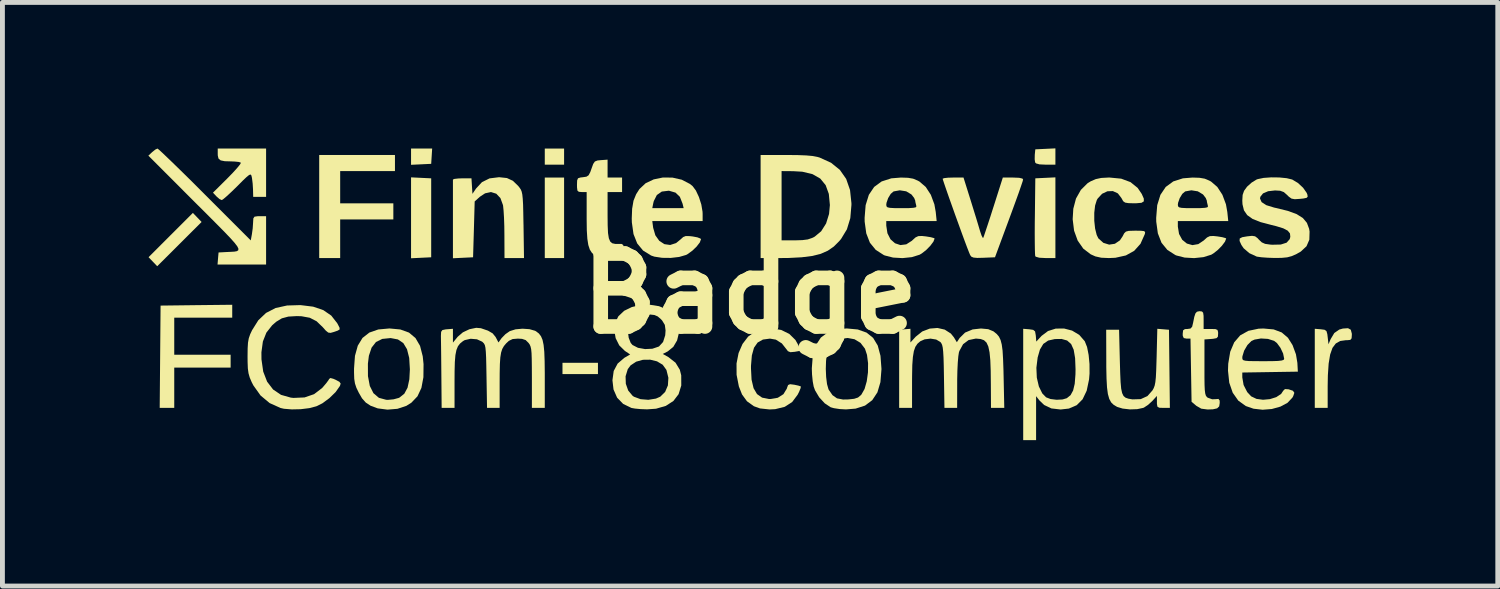
<source format=kicad_pcb>
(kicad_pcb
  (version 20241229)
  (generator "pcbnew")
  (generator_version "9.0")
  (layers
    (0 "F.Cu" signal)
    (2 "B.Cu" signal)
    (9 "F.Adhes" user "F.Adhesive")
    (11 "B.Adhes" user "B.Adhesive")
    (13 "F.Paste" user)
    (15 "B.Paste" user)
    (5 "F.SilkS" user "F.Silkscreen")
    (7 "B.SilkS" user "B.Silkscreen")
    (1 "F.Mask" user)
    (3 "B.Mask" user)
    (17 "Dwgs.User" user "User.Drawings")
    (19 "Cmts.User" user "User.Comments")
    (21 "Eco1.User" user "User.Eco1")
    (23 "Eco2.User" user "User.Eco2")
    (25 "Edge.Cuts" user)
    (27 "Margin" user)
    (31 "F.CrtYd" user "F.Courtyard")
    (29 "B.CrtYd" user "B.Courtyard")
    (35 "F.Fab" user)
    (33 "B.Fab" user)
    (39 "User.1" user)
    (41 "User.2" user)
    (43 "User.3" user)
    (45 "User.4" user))
  (footprint "Badge"
    (layer "F.Cu")
    (at 12.371 2.984)
    (property "Reference" "Badge" (at 0 0 0) (layer "F.SilkS") (effects (font (size 1.5 1.5) (thickness 0.3))))
    (attr board_only exclude_from_pos_files exclude_from_bom)
    (fp_poly (pts (xy -11.366 -1.564) (xy -11.277 -1.471) (xy -11.733 -1.016) (xy -12.189 -0.561) (xy -12.278 -0.654) (xy -12.367 -0.747) (xy -11.912 -1.202) (xy -11.456 -1.657)) (stroke (width 0) (type solid)) (fill yes) (layer "F.SilkS"))
    (fp_poly (pts (xy -6.764 -2.378) (xy -6.557 -2.368) (xy -6.557 -1.556) (xy -6.557 -0.745) (xy -6.764 -0.735) (xy -6.971 -0.725) (xy -6.971 -1.556) (xy -6.971 -2.388)) (stroke (width 0) (type solid)) (fill yes) (layer "F.SilkS"))
    (fp_poly (pts (xy -6.547 -2.823) (xy -6.557 -2.666) (xy -6.764 -2.656) (xy -6.971 -2.646) (xy -6.971 -2.813) (xy -6.971 -2.98) (xy -6.754 -2.98) (xy -6.537 -2.98)) (stroke (width 0) (type solid)) (fill yes) (layer "F.SilkS"))
    (fp_poly (pts (xy -3.825 -2.815) (xy -3.825 -2.649) (xy -4.024 -2.649) (xy -4.222 -2.649) (xy -4.222 -2.815) (xy -4.222 -2.98) (xy -4.024 -2.98) (xy -3.825 -2.98)) (stroke (width 0) (type solid)) (fill yes) (layer "F.SilkS"))
    (fp_poly (pts (xy -3.825 -1.556) (xy -3.825 -0.729) (xy -4.024 -0.729) (xy -4.222 -0.729) (xy -4.222 -1.556) (xy -4.222 -2.384) (xy -4.024 -2.384) (xy -3.825 -2.384)) (stroke (width 0) (type solid)) (fill yes) (layer "F.SilkS"))
    (fp_poly (pts (xy -3.129 1.54) (xy -3.129 1.656) (xy -3.494 1.656) (xy -3.858 1.656) (xy -3.858 1.54) (xy -3.858 1.424) (xy -3.494 1.424) (xy -3.129 1.424)) (stroke (width 0) (type solid)) (fill yes) (layer "F.SilkS"))
    (fp_poly (pts (xy 6.275 -2.816) (xy 6.275 -2.649) (xy 6.076 -2.649) (xy 5.948 -2.655) (xy 5.877 -2.675) (xy 5.858 -2.696) (xy 5.849 -2.76) (xy 5.851 -2.85) (xy 5.851 -2.853) (xy 5.862 -2.964) (xy 6.069 -2.974) (xy 6.275 -2.984)) (stroke (width 0) (type solid)) (fill yes) (layer "F.SilkS"))
    (fp_poly (pts (xy 6.275 -1.558) (xy 6.275 -0.729) (xy 6.076 -0.729) (xy 5.943 -0.736) (xy 5.871 -0.757) (xy 5.86 -0.771) (xy 5.856 -0.815) (xy 5.853 -0.915) (xy 5.851 -1.062) (xy 5.85 -1.245) (xy 5.851 -1.456) (xy 5.853 -1.59) (xy 5.862 -2.368) (xy 6.069 -2.378) (xy 6.275 -2.388)) (stroke (width 0) (type solid)) (fill yes) (layer "F.SilkS"))
    (fp_poly (pts (xy -10.647 0.364) (xy -10.647 0.497) (xy -11.243 0.497) (xy -11.839 0.497) (xy -11.839 0.878) (xy -11.839 1.258) (xy -11.259 1.258) (xy -10.68 1.258) (xy -10.68 1.391) (xy -10.68 1.523) (xy -11.259 1.523) (xy -11.839 1.523) (xy -11.839 1.937) (xy -11.839 2.351) (xy -11.988 2.351) (xy -12.138 2.351) (xy -12.129 1.3) (xy -12.12 0.248) (xy -11.384 0.239) (xy -10.647 0.231)) (stroke (width 0) (type solid)) (fill yes) (layer "F.SilkS"))
    (fp_poly (pts (xy -7.302 -2.682) (xy -7.302 -2.517) (xy -7.865 -2.517) (xy -8.428 -2.517) (xy -8.428 -2.186) (xy -8.428 -1.854) (xy -7.882 -1.854) (xy -7.335 -1.854) (xy -7.335 -1.689) (xy -7.335 -1.523) (xy -7.882 -1.523) (xy -8.428 -1.523) (xy -8.428 -1.126) (xy -8.428 -0.729) (xy -8.643 -0.729) (xy -8.859 -0.729) (xy -8.859 -1.788) (xy -8.859 -2.848) (xy -8.08 -2.848) (xy -7.302 -2.848)) (stroke (width 0) (type solid)) (fill yes) (layer "F.SilkS"))
    (fp_poly (pts (xy 12.347 0.744) (xy 12.368 0.822) (xy 12.369 0.848) (xy 12.364 0.921) (xy 12.338 0.953) (xy 12.27 0.96) (xy 12.241 0.96) (xy 12.128 0.976) (xy 12.039 1.027) (xy 11.971 1.117) (xy 11.923 1.254) (xy 11.892 1.441) (xy 11.876 1.683) (xy 11.872 1.906) (xy 11.872 2.351) (xy 11.74 2.351) (xy 11.607 2.351) (xy 11.607 1.538) (xy 11.607 0.725) (xy 11.731 0.735) (xy 11.808 0.745) (xy 11.847 0.772) (xy 11.865 0.835) (xy 11.872 0.894) (xy 11.889 1.043) (xy 11.933 0.938) (xy 12.008 0.812) (xy 12.11 0.741) (xy 12.185 0.72) (xy 12.29 0.713)) (stroke (width 0) (type solid)) (fill yes) (layer "F.SilkS"))
    (fp_poly (pts (xy -9.951 -2.484) (xy -9.951 -1.987) (xy -10.084 -1.987) (xy -10.216 -1.987) (xy -10.22 -2.144) (xy -10.227 -2.261) (xy -10.24 -2.366) (xy -10.245 -2.394) (xy -10.255 -2.431) (xy -10.271 -2.447) (xy -10.3 -2.437) (xy -10.351 -2.396) (xy -10.433 -2.318) (xy -10.547 -2.203) (xy -10.659 -2.094) (xy -10.756 -2.004) (xy -10.828 -1.943) (xy -10.864 -1.921) (xy -10.864 -1.921) (xy -10.91 -1.943) (xy -10.971 -1.996) (xy -10.971 -1.997) (xy -11.043 -2.073) (xy -10.747 -2.367) (xy -10.637 -2.48) (xy -10.548 -2.578) (xy -10.489 -2.65) (xy -10.468 -2.687) (xy -10.468 -2.688) (xy -10.508 -2.704) (xy -10.593 -2.713) (xy -10.663 -2.716) (xy -10.801 -2.72) (xy -10.885 -2.737) (xy -10.929 -2.774) (xy -10.944 -2.837) (xy -10.945 -2.868) (xy -10.945 -2.98) (xy -10.448 -2.98) (xy -9.951 -2.98)) (stroke (width 0) (type solid)) (fill yes) (layer "F.SilkS"))
    (fp_poly (pts (xy -12.155 -2.958) (xy -12.084 -2.893) (xy -11.977 -2.791) (xy -11.838 -2.657) (xy -11.673 -2.496) (xy -11.487 -2.313) (xy -11.286 -2.112) (xy -11.21 -2.036) (xy -10.266 -1.092) (xy -10.243 -1.217) (xy -10.226 -1.34) (xy -10.218 -1.464) (xy -10.218 -1.465) (xy -10.213 -1.545) (xy -10.189 -1.58) (xy -10.126 -1.589) (xy -10.084 -1.59) (xy -9.951 -1.59) (xy -9.951 -1.093) (xy -9.951 -0.596) (xy -10.45 -0.596) (xy -10.949 -0.596) (xy -10.939 -0.72) (xy -10.928 -0.844) (xy -10.763 -0.853) (xy -10.676 -0.857) (xy -10.605 -0.861) (xy -10.554 -0.87) (xy -10.524 -0.888) (xy -10.519 -0.919) (xy -10.542 -0.968) (xy -10.595 -1.038) (xy -10.681 -1.135) (xy -10.802 -1.262) (xy -10.961 -1.423) (xy -11.161 -1.624) (xy -11.404 -1.866) (xy -12.371 -2.834) (xy -12.293 -2.907) (xy -12.23 -2.958) (xy -12.185 -2.98) (xy -12.184 -2.98)) (stroke (width 0) (type solid)) (fill yes) (layer "F.SilkS"))
    (fp_poly (pts (xy 0.975 -2.846) (xy 1.152 -2.839) (xy 1.285 -2.827) (xy 1.384 -2.808) (xy 1.428 -2.795) (xy 1.663 -2.688) (xy 1.844 -2.542) (xy 1.974 -2.356) (xy 2.053 -2.128) (xy 2.082 -1.857) (xy 2.082 -1.821) (xy 2.059 -1.55) (xy 1.989 -1.32) (xy 1.869 -1.122) (xy 1.832 -1.078) (xy 1.72 -0.966) (xy 1.596 -0.88) (xy 1.451 -0.816) (xy 1.275 -0.772) (xy 1.059 -0.745) (xy 0.793 -0.731) (xy 0.604 -0.729) (xy 0.215 -0.729) (xy 0.215 -1.788) (xy 0.215 -1.805) (xy 0.646 -1.805) (xy 0.646 -1.093) (xy 0.919 -1.093) (xy 1.074 -1.098) (xy 1.184 -1.112) (xy 1.273 -1.142) (xy 1.325 -1.168) (xy 1.46 -1.28) (xy 1.561 -1.44) (xy 1.622 -1.636) (xy 1.639 -1.819) (xy 1.617 -2.048) (xy 1.552 -2.228) (xy 1.441 -2.363) (xy 1.282 -2.454) (xy 1.073 -2.504) (xy 0.886 -2.515) (xy 0.646 -2.517) (xy 0.646 -1.805) (xy 0.215 -1.805) (xy 0.215 -2.848) (xy 0.744 -2.848)) (stroke (width 0) (type solid)) (fill yes) (layer "F.SilkS"))
    (fp_poly (pts (xy -5.159 -2.391) (xy -5 -2.374) (xy -4.877 -2.317) (xy -4.767 -2.21) (xy -4.738 -2.173) (xy -4.714 -2.137) (xy -4.697 -2.095) (xy -4.684 -2.036) (xy -4.675 -1.95) (xy -4.668 -1.829) (xy -4.664 -1.662) (xy -4.66 -1.44) (xy -4.659 -1.405) (xy -4.649 -0.729) (xy -4.85 -0.729) (xy -5.05 -0.729) (xy -5.052 -1.2) (xy -5.054 -1.385) (xy -5.06 -1.559) (xy -5.069 -1.704) (xy -5.079 -1.805) (xy -5.082 -1.82) (xy -5.134 -1.962) (xy -5.219 -2.052) (xy -5.328 -2.086) (xy -5.449 -2.06) (xy -5.555 -1.99) (xy -5.663 -1.893) (xy -5.679 -1.319) (xy -5.696 -0.745) (xy -5.903 -0.735) (xy -6.11 -0.725) (xy -6.11 -1.522) (xy -6.11 -1.745) (xy -6.11 -1.947) (xy -6.11 -2.116) (xy -6.11 -2.245) (xy -6.11 -2.323) (xy -6.11 -2.343) (xy -6.08 -2.356) (xy -6.002 -2.365) (xy -5.919 -2.368) (xy -5.729 -2.368) (xy -5.719 -2.208) (xy -5.709 -2.049) (xy -5.636 -2.157) (xy -5.513 -2.29) (xy -5.357 -2.367) (xy -5.164 -2.391)) (stroke (width 0) (type solid)) (fill yes) (layer "F.SilkS"))
    (fp_poly (pts (xy 4.534 -1.912) (xy 4.59 -1.731) (xy 4.644 -1.557) (xy 4.689 -1.408) (xy 4.721 -1.3) (xy 4.728 -1.277) (xy 4.757 -1.192) (xy 4.781 -1.146) (xy 4.792 -1.145) (xy 4.807 -1.185) (xy 4.838 -1.278) (xy 4.883 -1.413) (xy 4.938 -1.58) (xy 4.998 -1.769) (xy 5.002 -1.78) (xy 5.194 -2.384) (xy 5.404 -2.384) (xy 5.53 -2.379) (xy 5.597 -2.363) (xy 5.611 -2.343) (xy 5.6 -2.302) (xy 5.568 -2.207) (xy 5.52 -2.068) (xy 5.457 -1.894) (xy 5.384 -1.694) (xy 5.321 -1.523) (xy 5.033 -0.745) (xy 4.795 -0.735) (xy 4.669 -0.732) (xy 4.592 -0.739) (xy 4.548 -0.757) (xy 4.522 -0.791) (xy 4.522 -0.792) (xy 4.502 -0.84) (xy 4.464 -0.937) (xy 4.412 -1.075) (xy 4.351 -1.241) (xy 4.284 -1.426) (xy 4.214 -1.619) (xy 4.146 -1.81) (xy 4.083 -1.987) (xy 4.029 -2.142) (xy 3.988 -2.262) (xy 3.963 -2.338) (xy 3.957 -2.36) (xy 3.988 -2.372) (xy 4.067 -2.381) (xy 4.171 -2.384) (xy 4.386 -2.384)) (stroke (width 0) (type solid)) (fill yes) (layer "F.SilkS"))
    (fp_poly (pts (xy 8.49 0.735) (xy 8.61 0.745) (xy 8.619 1.548) (xy 8.628 2.351) (xy 8.495 2.351) (xy 8.41 2.348) (xy 8.372 2.326) (xy 8.362 2.268) (xy 8.362 2.228) (xy 8.362 2.105) (xy 8.264 2.212) (xy 8.182 2.287) (xy 8.098 2.343) (xy 8.08 2.351) (xy 7.957 2.377) (xy 7.806 2.382) (xy 7.657 2.365) (xy 7.545 2.331) (xy 7.475 2.29) (xy 7.421 2.238) (xy 7.382 2.166) (xy 7.354 2.066) (xy 7.336 1.93) (xy 7.326 1.748) (xy 7.321 1.513) (xy 7.321 1.391) (xy 7.319 0.745) (xy 7.451 0.745) (xy 7.584 0.745) (xy 7.6 1.398) (xy 7.607 1.639) (xy 7.615 1.821) (xy 7.627 1.955) (xy 7.647 2.047) (xy 7.676 2.107) (xy 7.718 2.142) (xy 7.776 2.162) (xy 7.852 2.175) (xy 7.86 2.176) (xy 8.029 2.171) (xy 8.167 2.108) (xy 8.269 1.993) (xy 8.296 1.945) (xy 8.316 1.891) (xy 8.33 1.82) (xy 8.34 1.722) (xy 8.347 1.585) (xy 8.353 1.398) (xy 8.356 1.3) (xy 8.37 0.725)) (stroke (width 0) (type solid)) (fill yes) (layer "F.SilkS"))
    (fp_poly (pts (xy 9.288 0.369) (xy 9.312 0.395) (xy 9.321 0.458) (xy 9.322 0.546) (xy 9.322 0.729) (xy 9.471 0.729) (xy 9.563 0.731) (xy 9.606 0.748) (xy 9.619 0.79) (xy 9.62 0.826) (xy 9.615 0.888) (xy 9.586 0.918) (xy 9.515 0.931) (xy 9.479 0.934) (xy 9.339 0.944) (xy 9.339 1.518) (xy 9.339 1.727) (xy 9.341 1.879) (xy 9.346 1.985) (xy 9.355 2.055) (xy 9.368 2.099) (xy 9.388 2.126) (xy 9.405 2.141) (xy 9.497 2.174) (xy 9.562 2.172) (xy 9.627 2.167) (xy 9.651 2.198) (xy 9.653 2.249) (xy 9.642 2.32) (xy 9.599 2.361) (xy 9.513 2.38) (xy 9.404 2.384) (xy 9.273 2.367) (xy 9.17 2.307) (xy 9.167 2.304) (xy 9.074 2.225) (xy 9.063 1.576) (xy 9.052 0.927) (xy 8.972 0.927) (xy 8.914 0.916) (xy 8.893 0.869) (xy 8.892 0.828) (xy 8.9 0.757) (xy 8.938 0.731) (xy 8.987 0.729) (xy 9.052 0.72) (xy 9.086 0.683) (xy 9.105 0.604) (xy 9.13 0.48) (xy 9.154 0.408) (xy 9.185 0.374) (xy 9.232 0.364) (xy 9.242 0.364)) (stroke (width 0) (type solid)) (fill yes) (layer "F.SilkS"))
    (fp_poly (pts (xy -2.931 -2.568) (xy -2.931 -2.384) (xy -2.782 -2.384) (xy -2.633 -2.384) (xy -2.633 -2.235) (xy -2.633 -2.086) (xy -2.782 -2.086) (xy -2.931 -2.086) (xy -2.931 -1.612) (xy -2.929 -1.399) (xy -2.922 -1.243) (xy -2.905 -1.136) (xy -2.877 -1.069) (xy -2.835 -1.033) (xy -2.774 -1.02) (xy -2.72 -1.02) (xy -2.642 -1.019) (xy -2.608 -0.996) (xy -2.6 -0.932) (xy -2.6 -0.897) (xy -2.607 -0.809) (xy -2.637 -0.765) (xy -2.674 -0.749) (xy -2.794 -0.731) (xy -2.932 -0.729) (xy -3.064 -0.742) (xy -3.165 -0.768) (xy -3.192 -0.783) (xy -3.252 -0.835) (xy -3.296 -0.903) (xy -3.327 -0.997) (xy -3.347 -1.126) (xy -3.358 -1.299) (xy -3.361 -1.528) (xy -3.361 -1.572) (xy -3.361 -2.086) (xy -3.461 -2.086) (xy -3.522 -2.091) (xy -3.551 -2.116) (xy -3.559 -2.18) (xy -3.56 -2.233) (xy -3.557 -2.324) (xy -3.539 -2.369) (xy -3.49 -2.385) (xy -3.438 -2.391) (xy -3.365 -2.402) (xy -3.321 -2.431) (xy -3.287 -2.495) (xy -3.262 -2.566) (xy -3.227 -2.663) (xy -3.192 -2.714) (xy -3.139 -2.735) (xy -3.069 -2.742) (xy -2.931 -2.752)) (stroke (width 0) (type solid)) (fill yes) (layer "F.SilkS"))
    (fp_poly (pts (xy 0.639 0.749) (xy 0.804 0.83) (xy 0.93 0.954) (xy 0.979 1.04) (xy 1.04 1.176) (xy 0.918 1.198) (xy 0.827 1.206) (xy 0.776 1.185) (xy 0.762 1.166) (xy 0.652 1.026) (xy 0.528 0.948) (xy 0.407 0.927) (xy 0.263 0.946) (xy 0.154 1.007) (xy 0.079 1.114) (xy 0.035 1.272) (xy 0.017 1.487) (xy 0.017 1.54) (xy 0.029 1.771) (xy 0.07 1.946) (xy 0.141 2.067) (xy 0.245 2.14) (xy 0.384 2.168) (xy 0.415 2.169) (xy 0.568 2.143) (xy 0.684 2.069) (xy 0.754 1.954) (xy 0.76 1.933) (xy 0.78 1.881) (xy 0.82 1.864) (xy 0.9 1.874) (xy 0.903 1.874) (xy 0.987 1.892) (xy 1.038 1.908) (xy 1.042 1.911) (xy 1.037 1.945) (xy 1.007 2.019) (xy 0.976 2.08) (xy 0.864 2.23) (xy 0.711 2.329) (xy 0.516 2.377) (xy 0.399 2.383) (xy 0.202 2.362) (xy 0.077 2.317) (xy -0.065 2.215) (xy -0.167 2.075) (xy -0.232 1.91) (xy -0.279 1.67) (xy -0.28 1.438) (xy -0.238 1.224) (xy -0.157 1.037) (xy -0.041 0.885) (xy 0.107 0.779) (xy 0.232 0.735) (xy 0.445 0.716)) (stroke (width 0) (type solid)) (fill yes) (layer "F.SilkS"))
    (fp_poly (pts (xy -7.191 0.739) (xy -7.014 0.803) (xy -6.88 0.915) (xy -6.786 1.076) (xy -6.731 1.29) (xy -6.714 1.452) (xy -6.717 1.721) (xy -6.758 1.94) (xy -6.839 2.113) (xy -6.964 2.244) (xy -7.069 2.31) (xy -7.251 2.37) (xy -7.456 2.387) (xy -7.656 2.361) (xy -7.802 2.307) (xy -7.901 2.242) (xy -7.979 2.154) (xy -8.046 2.038) (xy -8.095 1.937) (xy -8.124 1.849) (xy -8.139 1.753) (xy -8.143 1.625) (xy -8.143 1.544) (xy -8.136 1.443) (xy -7.858 1.443) (xy -7.857 1.698) (xy -7.819 1.9) (xy -7.744 2.049) (xy -7.632 2.144) (xy -7.484 2.184) (xy -7.447 2.186) (xy -7.331 2.175) (xy -7.227 2.147) (xy -7.206 2.137) (xy -7.109 2.059) (xy -7.043 1.936) (xy -7.006 1.763) (xy -6.995 1.559) (xy -7.009 1.324) (xy -7.054 1.145) (xy -7.13 1.019) (xy -7.241 0.944) (xy -7.389 0.916) (xy -7.394 0.916) (xy -7.563 0.933) (xy -7.692 0.997) (xy -7.782 1.112) (xy -7.838 1.28) (xy -7.858 1.443) (xy -8.136 1.443) (xy -8.124 1.281) (xy -8.066 1.072) (xy -7.969 0.913) (xy -7.829 0.803) (xy -7.645 0.739) (xy -7.415 0.718)) (stroke (width 0) (type solid)) (fill yes) (layer "F.SilkS"))
    (fp_poly (pts (xy 2.212 0.739) (xy 2.392 0.803) (xy 2.528 0.912) (xy 2.623 1.07) (xy 2.679 1.28) (xy 2.699 1.543) (xy 2.699 1.561) (xy 2.678 1.822) (xy 2.616 2.032) (xy 2.51 2.192) (xy 2.361 2.304) (xy 2.168 2.366) (xy 1.97 2.382) (xy 1.84 2.375) (xy 1.722 2.357) (xy 1.655 2.338) (xy 1.533 2.257) (xy 1.419 2.133) (xy 1.334 1.99) (xy 1.306 1.913) (xy 1.286 1.805) (xy 1.272 1.663) (xy 1.268 1.55) (xy 1.555 1.55) (xy 1.562 1.715) (xy 1.58 1.861) (xy 1.61 1.967) (xy 1.615 1.977) (xy 1.693 2.09) (xy 1.785 2.155) (xy 1.909 2.179) (xy 2.017 2.177) (xy 2.138 2.164) (xy 2.217 2.138) (xy 2.275 2.09) (xy 2.287 2.077) (xy 2.352 1.962) (xy 2.397 1.804) (xy 2.422 1.621) (xy 2.424 1.433) (xy 2.402 1.261) (xy 2.36 1.134) (xy 2.268 1.014) (xy 2.145 0.94) (xy 2.004 0.914) (xy 1.861 0.933) (xy 1.73 0.999) (xy 1.626 1.111) (xy 1.606 1.145) (xy 1.577 1.243) (xy 1.56 1.385) (xy 1.555 1.55) (xy 1.268 1.55) (xy 1.268 1.535) (xy 1.288 1.274) (xy 1.349 1.065) (xy 1.453 0.906) (xy 1.6 0.796) (xy 1.792 0.734) (xy 1.987 0.718)) (stroke (width 0) (type solid)) (fill yes) (layer "F.SilkS"))
    (fp_poly (pts (xy 6.618 0.762) (xy 6.765 0.85) (xy 6.878 0.98) (xy 6.88 0.984) (xy 6.926 1.1) (xy 6.958 1.262) (xy 6.976 1.45) (xy 6.977 1.644) (xy 6.967 1.766) (xy 6.918 1.998) (xy 6.834 2.174) (xy 6.712 2.296) (xy 6.552 2.365) (xy 6.382 2.384) (xy 6.192 2.362) (xy 6.043 2.291) (xy 5.947 2.198) (xy 5.878 2.11) (xy 5.878 2.562) (xy 5.878 3.014) (xy 5.746 3.014) (xy 5.613 3.014) (xy 5.613 1.869) (xy 5.613 1.527) (xy 5.884 1.527) (xy 5.893 1.73) (xy 5.935 1.91) (xy 6.005 2.053) (xy 6.084 2.134) (xy 6.175 2.169) (xy 6.298 2.184) (xy 6.421 2.178) (xy 6.509 2.152) (xy 6.586 2.09) (xy 6.639 1.994) (xy 6.672 1.856) (xy 6.687 1.666) (xy 6.689 1.556) (xy 6.68 1.327) (xy 6.651 1.156) (xy 6.598 1.038) (xy 6.516 0.966) (xy 6.402 0.934) (xy 6.264 0.936) (xy 6.126 0.967) (xy 6.026 1.036) (xy 5.957 1.152) (xy 5.91 1.315) (xy 5.884 1.527) (xy 5.613 1.527) (xy 5.613 0.725) (xy 5.737 0.735) (xy 5.819 0.747) (xy 5.857 0.779) (xy 5.87 0.852) (xy 5.872 0.867) (xy 5.882 0.988) (xy 5.99 0.871) (xy 6.123 0.771) (xy 6.282 0.721) (xy 6.452 0.719)) (stroke (width 0) (type solid)) (fill yes) (layer "F.SilkS"))
    (fp_poly (pts (xy 7.628 -2.361) (xy 7.819 -2.29) (xy 7.966 -2.171) (xy 8.05 -2.047) (xy 8.092 -1.952) (xy 8.093 -1.895) (xy 8.045 -1.865) (xy 7.941 -1.856) (xy 7.89 -1.855) (xy 7.776 -1.858) (xy 7.709 -1.869) (xy 7.669 -1.897) (xy 7.639 -1.95) (xy 7.633 -1.962) (xy 7.558 -2.059) (xy 7.456 -2.106) (xy 7.344 -2.102) (xy 7.234 -2.05) (xy 7.143 -1.951) (xy 7.126 -1.921) (xy 7.091 -1.809) (xy 7.074 -1.66) (xy 7.074 -1.495) (xy 7.091 -1.336) (xy 7.124 -1.204) (xy 7.158 -1.134) (xy 7.261 -1.042) (xy 7.38 -1.005) (xy 7.498 -1.023) (xy 7.601 -1.093) (xy 7.656 -1.175) (xy 7.689 -1.238) (xy 7.725 -1.273) (xy 7.782 -1.288) (xy 7.879 -1.291) (xy 7.923 -1.292) (xy 8.037 -1.29) (xy 8.098 -1.283) (xy 8.119 -1.264) (xy 8.115 -1.228) (xy 8.111 -1.217) (xy 8.024 -1.022) (xy 7.895 -0.878) (xy 7.724 -0.783) (xy 7.508 -0.735) (xy 7.375 -0.729) (xy 7.218 -0.736) (xy 7.097 -0.763) (xy 7.001 -0.806) (xy 6.848 -0.923) (xy 6.733 -1.088) (xy 6.659 -1.292) (xy 6.63 -1.527) (xy 6.643 -1.743) (xy 6.698 -1.952) (xy 6.799 -2.131) (xy 6.937 -2.268) (xy 7.001 -2.307) (xy 7.105 -2.352) (xy 7.217 -2.376) (xy 7.364 -2.384) (xy 7.392 -2.384)) (stroke (width 0) (type solid)) (fill yes) (layer "F.SilkS"))
    (fp_poly (pts (xy -1.597 -2.383) (xy -1.407 -2.34) (xy -1.239 -2.253) (xy -1.184 -2.209) (xy -1.116 -2.118) (xy -1.053 -1.983) (xy -1.004 -1.83) (xy -0.979 -1.682) (xy -0.977 -1.638) (xy -0.977 -1.49) (xy -1.495 -1.49) (xy -2.012 -1.49) (xy -1.994 -1.352) (xy -1.949 -1.197) (xy -1.868 -1.083) (xy -1.763 -1.015) (xy -1.644 -0.998) (xy -1.523 -1.037) (xy -1.431 -1.112) (xy -1.377 -1.161) (xy -1.323 -1.182) (xy -1.241 -1.18) (xy -1.181 -1.173) (xy -1.085 -1.155) (xy -1.023 -1.131) (xy -1.01 -1.117) (xy -1.035 -1.05) (xy -1.1 -0.966) (xy -1.188 -0.881) (xy -1.283 -0.812) (xy -1.321 -0.792) (xy -1.459 -0.752) (xy -1.631 -0.732) (xy -1.809 -0.734) (xy -1.968 -0.758) (xy -2.036 -0.781) (xy -2.202 -0.884) (xy -2.322 -1.03) (xy -2.398 -1.222) (xy -2.432 -1.463) (xy -2.434 -1.543) (xy -2.426 -1.748) (xy -2.424 -1.755) (xy -2.012 -1.755) (xy -1.689 -1.755) (xy -1.367 -1.755) (xy -1.389 -1.846) (xy -1.445 -1.988) (xy -1.534 -2.074) (xy -1.664 -2.112) (xy -1.677 -2.113) (xy -1.816 -2.096) (xy -1.918 -2.025) (xy -1.981 -1.9) (xy -1.991 -1.861) (xy -2.012 -1.755) (xy -2.424 -1.755) (xy -2.398 -1.908) (xy -2.344 -2.041) (xy -2.276 -2.148) (xy -2.149 -2.267) (xy -1.983 -2.346) (xy -1.794 -2.385)) (stroke (width 0) (type solid)) (fill yes) (layer "F.SilkS"))
    (fp_poly (pts (xy 10.762 0.738) (xy 10.927 0.8) (xy 11.055 0.909) (xy 11.15 1.06) (xy 11.22 1.25) (xy 11.249 1.424) (xy 11.259 1.606) (xy 10.688 1.615) (xy 10.117 1.624) (xy 10.117 1.724) (xy 10.144 1.881) (xy 10.218 2.026) (xy 10.3 2.114) (xy 10.409 2.166) (xy 10.543 2.184) (xy 10.685 2.171) (xy 10.815 2.13) (xy 10.915 2.064) (xy 10.958 1.999) (xy 10.994 1.964) (xy 11.068 1.969) (xy 11.069 1.969) (xy 11.158 1.999) (xy 11.187 2.041) (xy 11.164 2.109) (xy 11.146 2.141) (xy 11.046 2.247) (xy 10.9 2.325) (xy 10.724 2.374) (xy 10.535 2.389) (xy 10.348 2.368) (xy 10.189 2.313) (xy 10.034 2.201) (xy 9.92 2.039) (xy 9.849 1.833) (xy 9.823 1.586) (xy 9.828 1.442) (xy 9.848 1.321) (xy 10.117 1.321) (xy 10.12 1.35) (xy 10.136 1.369) (xy 10.176 1.381) (xy 10.25 1.388) (xy 10.369 1.39) (xy 10.544 1.391) (xy 10.547 1.391) (xy 10.727 1.39) (xy 10.85 1.386) (xy 10.927 1.377) (xy 10.966 1.364) (xy 10.978 1.344) (xy 10.978 1.342) (xy 10.956 1.233) (xy 10.901 1.116) (xy 10.828 1.017) (xy 10.771 0.973) (xy 10.645 0.933) (xy 10.501 0.924) (xy 10.369 0.947) (xy 10.305 0.976) (xy 10.223 1.058) (xy 10.155 1.174) (xy 10.119 1.292) (xy 10.117 1.321) (xy 9.848 1.321) (xy 9.869 1.196) (xy 9.951 1.003) (xy 10.074 0.86) (xy 10.241 0.767) (xy 10.451 0.723) (xy 10.551 0.719)) (stroke (width 0) (type solid)) (fill yes) (layer "F.SilkS"))
    (fp_poly (pts (xy -8.984 0.27) (xy -8.775 0.341) (xy -8.611 0.454) (xy -8.489 0.61) (xy -8.472 0.641) (xy -8.44 0.705) (xy -8.44 0.74) (xy -8.482 0.764) (xy -8.557 0.79) (xy -8.625 0.809) (xy -8.673 0.803) (xy -8.723 0.763) (xy -8.787 0.691) (xy -8.913 0.57) (xy -9.053 0.498) (xy -9.223 0.467) (xy -9.319 0.464) (xy -9.493 0.474) (xy -9.627 0.51) (xy -9.744 0.581) (xy -9.827 0.654) (xy -9.945 0.804) (xy -10.017 0.986) (xy -10.047 1.208) (xy -10.046 1.353) (xy -10.01 1.605) (xy -9.93 1.812) (xy -9.807 1.973) (xy -9.644 2.083) (xy -9.443 2.14) (xy -9.387 2.146) (xy -9.16 2.136) (xy -8.965 2.069) (xy -8.801 1.944) (xy -8.782 1.923) (xy -8.714 1.843) (xy -8.667 1.779) (xy -8.655 1.757) (xy -8.629 1.737) (xy -8.568 1.753) (xy -8.52 1.774) (xy -8.444 1.815) (xy -8.418 1.851) (xy -8.432 1.897) (xy -8.434 1.901) (xy -8.521 2.025) (xy -8.649 2.15) (xy -8.794 2.257) (xy -8.917 2.318) (xy -9.062 2.356) (xy -9.24 2.378) (xy -9.423 2.382) (xy -9.584 2.369) (xy -9.654 2.353) (xy -9.878 2.252) (xy -10.065 2.096) (xy -10.213 1.888) (xy -10.247 1.822) (xy -10.287 1.728) (xy -10.312 1.641) (xy -10.326 1.541) (xy -10.331 1.407) (xy -10.332 1.292) (xy -10.33 1.128) (xy -10.323 1.011) (xy -10.307 0.921) (xy -10.278 0.837) (xy -10.239 0.754) (xy -10.111 0.55) (xy -9.952 0.399) (xy -9.756 0.298) (xy -9.519 0.246) (xy -9.244 0.238)) (stroke (width 0) (type solid)) (fill yes) (layer "F.SilkS"))
    (fp_poly (pts (xy 3.245 -2.379) (xy 3.35 -2.361) (xy 3.443 -2.322) (xy 3.48 -2.302) (xy 3.609 -2.191) (xy 3.714 -2.03) (xy 3.787 -1.834) (xy 3.815 -1.676) (xy 3.834 -1.49) (xy 3.316 -1.49) (xy 2.798 -1.49) (xy 2.798 -1.396) (xy 2.822 -1.239) (xy 2.885 -1.115) (xy 2.978 -1.033) (xy 3.089 -0.996) (xy 3.209 -1.011) (xy 3.325 -1.085) (xy 3.335 -1.095) (xy 3.399 -1.153) (xy 3.456 -1.18) (xy 3.531 -1.183) (xy 3.614 -1.174) (xy 3.712 -1.158) (xy 3.777 -1.14) (xy 3.792 -1.13) (xy 3.767 -1.066) (xy 3.704 -0.982) (xy 3.619 -0.895) (xy 3.528 -0.824) (xy 3.484 -0.798) (xy 3.324 -0.748) (xy 3.132 -0.728) (xy 2.938 -0.739) (xy 2.769 -0.782) (xy 2.747 -0.791) (xy 2.582 -0.897) (xy 2.462 -1.044) (xy 2.387 -1.237) (xy 2.354 -1.477) (xy 2.353 -1.556) (xy 2.374 -1.817) (xy 2.376 -1.823) (xy 2.798 -1.823) (xy 2.803 -1.792) (xy 2.824 -1.772) (xy 2.874 -1.761) (xy 2.966 -1.756) (xy 3.111 -1.755) (xy 3.116 -1.755) (xy 3.264 -1.756) (xy 3.356 -1.762) (xy 3.404 -1.772) (xy 3.418 -1.791) (xy 3.414 -1.808) (xy 3.396 -1.883) (xy 3.394 -1.908) (xy 3.372 -1.963) (xy 3.319 -2.032) (xy 3.313 -2.038) (xy 3.208 -2.101) (xy 3.076 -2.122) (xy 2.949 -2.099) (xy 2.89 -2.049) (xy 2.837 -1.962) (xy 2.803 -1.865) (xy 2.798 -1.823) (xy 2.376 -1.823) (xy 2.44 -2.029) (xy 2.549 -2.191) (xy 2.703 -2.304) (xy 2.902 -2.368) (xy 3.1 -2.384)) (stroke (width 0) (type solid)) (fill yes) (layer "F.SilkS"))
    (fp_poly (pts (xy 9.239 -2.379) (xy 9.344 -2.361) (xy 9.437 -2.322) (xy 9.474 -2.302) (xy 9.603 -2.191) (xy 9.708 -2.03) (xy 9.781 -1.834) (xy 9.809 -1.676) (xy 9.828 -1.49) (xy 9.31 -1.49) (xy 8.792 -1.49) (xy 8.792 -1.376) (xy 8.817 -1.224) (xy 8.882 -1.105) (xy 8.978 -1.027) (xy 9.092 -0.995) (xy 9.213 -1.016) (xy 9.329 -1.094) (xy 9.329 -1.095) (xy 9.393 -1.153) (xy 9.45 -1.18) (xy 9.525 -1.183) (xy 9.608 -1.174) (xy 9.706 -1.158) (xy 9.771 -1.14) (xy 9.786 -1.13) (xy 9.761 -1.066) (xy 9.698 -0.982) (xy 9.613 -0.895) (xy 9.522 -0.824) (xy 9.479 -0.798) (xy 9.318 -0.748) (xy 9.126 -0.728) (xy 8.932 -0.739) (xy 8.763 -0.782) (xy 8.741 -0.791) (xy 8.576 -0.897) (xy 8.456 -1.044) (xy 8.381 -1.237) (xy 8.348 -1.477) (xy 8.347 -1.556) (xy 8.368 -1.817) (xy 8.37 -1.823) (xy 8.792 -1.823) (xy 8.797 -1.792) (xy 8.818 -1.772) (xy 8.868 -1.761) (xy 8.96 -1.756) (xy 9.105 -1.755) (xy 9.11 -1.755) (xy 9.258 -1.756) (xy 9.35 -1.762) (xy 9.398 -1.772) (xy 9.412 -1.791) (xy 9.408 -1.808) (xy 9.39 -1.883) (xy 9.388 -1.908) (xy 9.366 -1.963) (xy 9.313 -2.032) (xy 9.307 -2.038) (xy 9.202 -2.101) (xy 9.07 -2.122) (xy 8.943 -2.099) (xy 8.884 -2.049) (xy 8.831 -1.962) (xy 8.797 -1.865) (xy 8.792 -1.823) (xy 8.37 -1.823) (xy 8.434 -2.029) (xy 8.543 -2.191) (xy 8.697 -2.304) (xy 8.896 -2.368) (xy 9.094 -2.384)) (stroke (width 0) (type solid)) (fill yes) (layer "F.SilkS"))
    (fp_poly (pts (xy 4 0.742) (xy 4.126 0.823) (xy 4.188 0.9) (xy 4.249 1.001) (xy 4.307 0.913) (xy 4.418 0.803) (xy 4.574 0.738) (xy 4.745 0.719) (xy 4.894 0.733) (xy 5 0.777) (xy 5.011 0.785) (xy 5.07 0.833) (xy 5.115 0.887) (xy 5.148 0.956) (xy 5.172 1.048) (xy 5.189 1.174) (xy 5.199 1.343) (xy 5.207 1.564) (xy 5.21 1.697) (xy 5.224 2.351) (xy 5.087 2.351) (xy 4.951 2.351) (xy 4.948 1.863) (xy 4.945 1.588) (xy 4.937 1.372) (xy 4.921 1.208) (xy 4.896 1.09) (xy 4.859 1.009) (xy 4.807 0.96) (xy 4.738 0.935) (xy 4.651 0.927) (xy 4.635 0.927) (xy 4.49 0.957) (xy 4.377 1.042) (xy 4.301 1.181) (xy 4.291 1.213) (xy 4.279 1.291) (xy 4.268 1.421) (xy 4.26 1.585) (xy 4.256 1.769) (xy 4.256 1.846) (xy 4.255 2.351) (xy 4.125 2.351) (xy 3.994 2.351) (xy 3.984 1.709) (xy 3.98 1.484) (xy 3.975 1.316) (xy 3.968 1.196) (xy 3.959 1.112) (xy 3.946 1.056) (xy 3.928 1.019) (xy 3.911 0.997) (xy 3.825 0.946) (xy 3.708 0.927) (xy 3.586 0.942) (xy 3.498 0.981) (xy 3.439 1.032) (xy 3.396 1.096) (xy 3.365 1.185) (xy 3.345 1.307) (xy 3.333 1.472) (xy 3.329 1.689) (xy 3.328 1.804) (xy 3.328 2.351) (xy 3.196 2.351) (xy 3.063 2.351) (xy 3.063 1.573) (xy 3.063 1.352) (xy 3.063 1.154) (xy 3.063 0.987) (xy 3.063 0.861) (xy 3.063 0.786) (xy 3.063 0.77) (xy 3.091 0.751) (xy 3.163 0.736) (xy 3.178 0.735) (xy 3.295 0.725) (xy 3.295 0.865) (xy 3.295 1.006) (xy 3.404 0.887) (xy 3.538 0.78) (xy 3.692 0.721) (xy 3.851 0.708)) (stroke (width 0) (type solid)) (fill yes) (layer "F.SilkS"))
    (fp_poly (pts (xy 10.877 -2.386) (xy 11.029 -2.371) (xy 11.141 -2.344) (xy 11.147 -2.341) (xy 11.262 -2.272) (xy 11.367 -2.174) (xy 11.44 -2.07) (xy 11.455 -2.033) (xy 11.461 -1.991) (xy 11.439 -1.967) (xy 11.372 -1.953) (xy 11.303 -1.946) (xy 11.196 -1.939) (xy 11.129 -1.951) (xy 11.074 -1.99) (xy 11.04 -2.024) (xy 10.971 -2.085) (xy 10.895 -2.113) (xy 10.79 -2.119) (xy 10.648 -2.103) (xy 10.543 -2.058) (xy 10.488 -1.989) (xy 10.481 -1.953) (xy 10.514 -1.879) (xy 10.611 -1.816) (xy 10.774 -1.766) (xy 10.812 -1.758) (xy 11.052 -1.699) (xy 11.233 -1.633) (xy 11.362 -1.552) (xy 11.445 -1.453) (xy 11.491 -1.33) (xy 11.5 -1.273) (xy 11.495 -1.106) (xy 11.437 -0.972) (xy 11.32 -0.863) (xy 11.231 -0.812) (xy 11.134 -0.769) (xy 11.04 -0.744) (xy 10.927 -0.733) (xy 10.781 -0.731) (xy 10.639 -0.736) (xy 10.514 -0.745) (xy 10.427 -0.757) (xy 10.412 -0.76) (xy 10.263 -0.829) (xy 10.145 -0.93) (xy 10.099 -0.997) (xy 10.061 -1.081) (xy 10.064 -1.131) (xy 10.116 -1.158) (xy 10.215 -1.175) (xy 10.317 -1.186) (xy 10.38 -1.176) (xy 10.43 -1.139) (xy 10.459 -1.107) (xy 10.517 -1.052) (xy 10.586 -1.021) (xy 10.69 -1.006) (xy 10.733 -1.003) (xy 10.908 -1.007) (xy 11.027 -1.045) (xy 11.092 -1.118) (xy 11.104 -1.166) (xy 11.097 -1.235) (xy 11.051 -1.292) (xy 10.96 -1.34) (xy 10.814 -1.385) (xy 10.713 -1.41) (xy 10.492 -1.468) (xy 10.329 -1.533) (xy 10.218 -1.612) (xy 10.151 -1.71) (xy 10.121 -1.834) (xy 10.117 -1.91) (xy 10.124 -2.027) (xy 10.153 -2.111) (xy 10.214 -2.195) (xy 10.218 -2.199) (xy 10.308 -2.28) (xy 10.408 -2.342) (xy 10.435 -2.352) (xy 10.556 -2.377) (xy 10.711 -2.388)) (stroke (width 0) (type solid)) (fill yes) (layer "F.SilkS"))
    (fp_poly (pts (xy -5.536 0.713) (xy -5.39 0.763) (xy -5.294 0.819) (xy -5.234 0.892) (xy -5.227 0.905) (xy -5.174 1.006) (xy -5.109 0.916) (xy -5.03 0.835) (xy -4.941 0.773) (xy -4.823 0.736) (xy -4.68 0.723) (xy -4.536 0.733) (xy -4.421 0.766) (xy -4.4 0.778) (xy -4.343 0.822) (xy -4.3 0.878) (xy -4.268 0.953) (xy -4.246 1.058) (xy -4.232 1.199) (xy -4.225 1.387) (xy -4.222 1.63) (xy -4.222 1.704) (xy -4.222 2.351) (xy -4.355 2.351) (xy -4.487 2.351) (xy -4.487 1.726) (xy -4.488 1.507) (xy -4.49 1.343) (xy -4.494 1.225) (xy -4.502 1.144) (xy -4.515 1.088) (xy -4.533 1.047) (xy -4.556 1.015) (xy -4.615 0.957) (xy -4.69 0.932) (xy -4.774 0.927) (xy -4.883 0.936) (xy -4.96 0.973) (xy -5.016 1.025) (xy -5.062 1.08) (xy -5.096 1.14) (xy -5.12 1.214) (xy -5.136 1.314) (xy -5.145 1.451) (xy -5.149 1.633) (xy -5.15 1.842) (xy -5.15 2.351) (xy -5.279 2.351) (xy -5.409 2.351) (xy -5.42 1.702) (xy -5.424 1.48) (xy -5.428 1.314) (xy -5.434 1.195) (xy -5.442 1.114) (xy -5.454 1.061) (xy -5.472 1.027) (xy -5.495 1.003) (xy -5.509 0.99) (xy -5.616 0.941) (xy -5.746 0.93) (xy -5.868 0.958) (xy -5.904 0.979) (xy -5.963 1.027) (xy -6.007 1.084) (xy -6.038 1.16) (xy -6.059 1.265) (xy -6.071 1.409) (xy -6.076 1.601) (xy -6.077 1.787) (xy -6.077 2.351) (xy -6.209 2.351) (xy -6.342 2.351) (xy -6.348 1.672) (xy -6.35 1.458) (xy -6.352 1.259) (xy -6.354 1.088) (xy -6.356 0.956) (xy -6.357 0.876) (xy -6.357 0.869) (xy -6.353 0.788) (xy -6.327 0.751) (xy -6.259 0.737) (xy -6.234 0.735) (xy -6.11 0.725) (xy -6.11 0.867) (xy -6.11 1.009) (xy -6.012 0.889) (xy -5.906 0.798) (xy -5.771 0.734) (xy -5.632 0.705)) (stroke (width 0) (type solid)) (fill yes) (layer "F.SilkS"))
    (fp_poly (pts (xy -1.875 0.26) (xy -1.71 0.326) (xy -1.579 0.425) (xy -1.526 0.496) (xy -1.471 0.646) (xy -1.464 0.808) (xy -1.502 0.964) (xy -1.58 1.097) (xy -1.693 1.189) (xy -1.796 1.242) (xy -1.679 1.308) (xy -1.534 1.422) (xy -1.446 1.567) (xy -1.417 1.681) (xy -1.416 1.891) (xy -1.471 2.069) (xy -1.578 2.209) (xy -1.734 2.31) (xy -1.935 2.368) (xy -2.119 2.381) (xy -2.251 2.376) (xy -2.368 2.365) (xy -2.441 2.352) (xy -2.611 2.269) (xy -2.735 2.141) (xy -2.809 1.972) (xy -2.831 1.783) (xy -2.82 1.702) (xy -2.561 1.702) (xy -2.556 1.855) (xy -2.507 1.994) (xy -2.417 2.102) (xy -2.388 2.122) (xy -2.253 2.172) (xy -2.093 2.185) (xy -1.937 2.16) (xy -1.848 2.121) (xy -1.748 2.023) (xy -1.691 1.889) (xy -1.681 1.732) (xy -1.721 1.571) (xy -1.798 1.464) (xy -1.915 1.394) (xy -2.055 1.36) (xy -2.203 1.362) (xy -2.343 1.401) (xy -2.458 1.477) (xy -2.516 1.555) (xy -2.561 1.702) (xy -2.82 1.702) (xy -2.805 1.592) (xy -2.724 1.44) (xy -2.588 1.323) (xy -2.583 1.32) (xy -2.467 1.252) (xy -2.575 1.18) (xy -2.691 1.066) (xy -2.765 0.918) (xy -2.789 0.779) (xy -2.513 0.779) (xy -2.497 0.909) (xy -2.455 1.016) (xy -2.419 1.058) (xy -2.306 1.116) (xy -2.16 1.142) (xy -2.01 1.135) (xy -1.883 1.092) (xy -1.872 1.086) (xy -1.79 0.996) (xy -1.746 0.858) (xy -1.739 0.758) (xy -1.754 0.645) (xy -1.809 0.555) (xy -1.835 0.527) (xy -1.9 0.471) (xy -1.967 0.442) (xy -2.061 0.431) (xy -2.126 0.431) (xy -2.286 0.444) (xy -2.396 0.488) (xy -2.466 0.569) (xy -2.498 0.654) (xy -2.513 0.779) (xy -2.789 0.779) (xy -2.793 0.755) (xy -2.771 0.594) (xy -2.71 0.469) (xy -2.59 0.355) (xy -2.432 0.278) (xy -2.25 0.236) (xy -2.06 0.231)) (stroke (width 0) (type solid)) (fill yes) (layer "F.SilkS")))
  (gr_rect
    (start -3 -3)
    (end 27.74 8.997)
    (stroke (width 0.1) (type default))
    (fill no)
    (layer "Edge.Cuts")))
</source>
